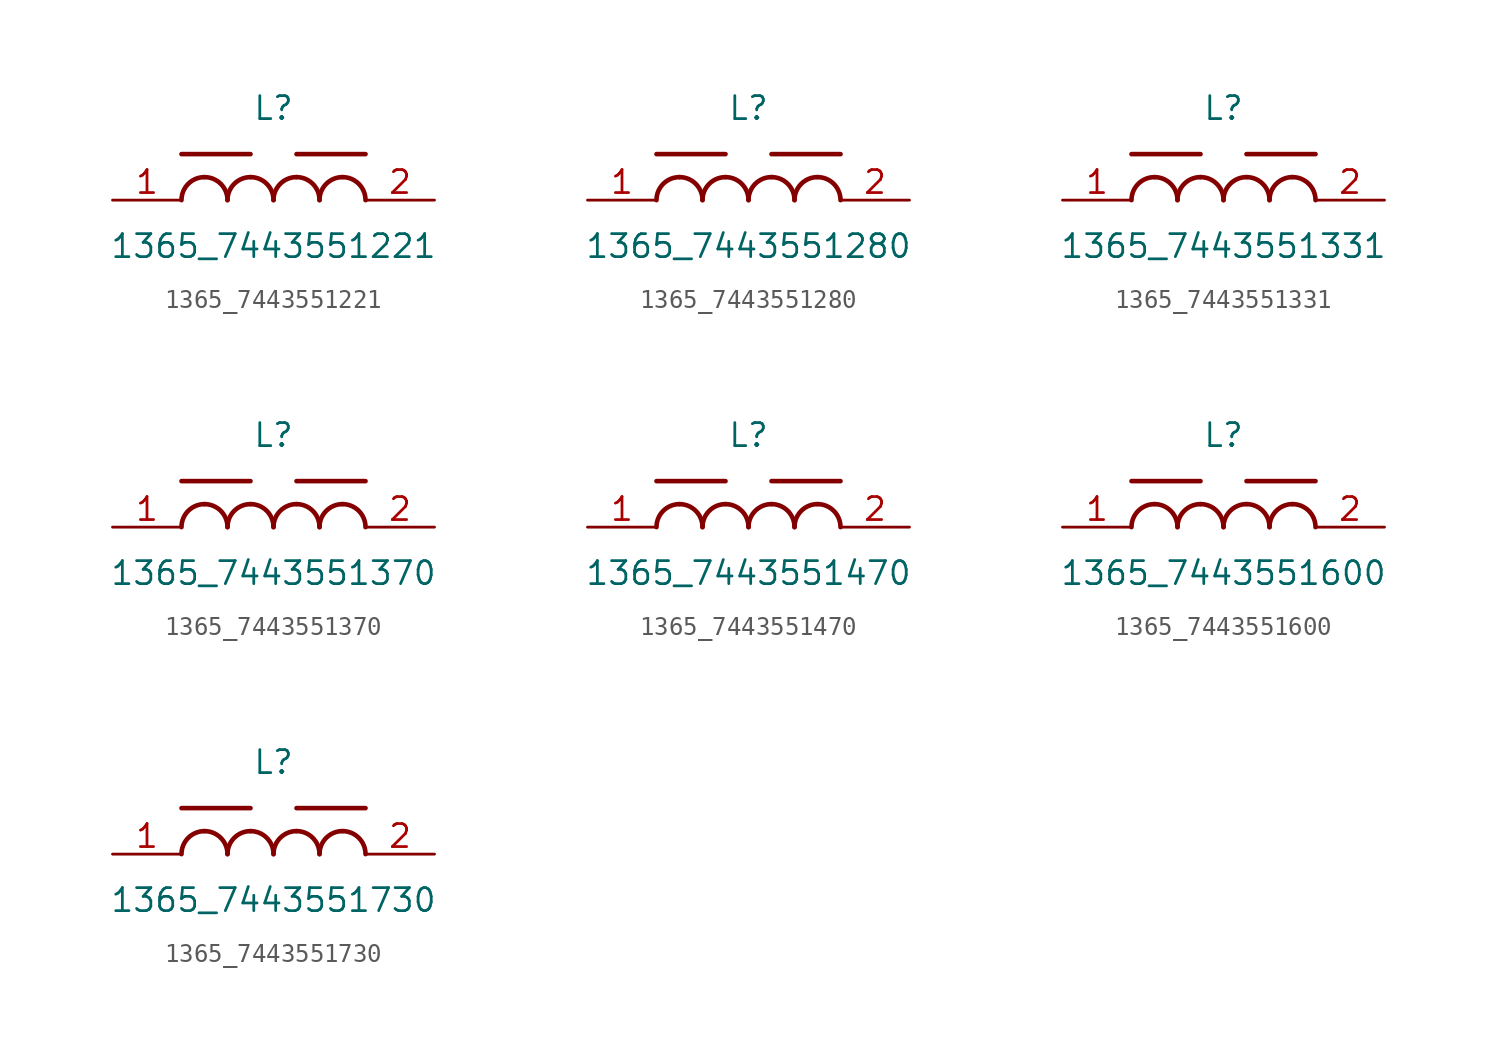
<source format=kicad_sym>
(kicad_symbol_lib
  (version 20211014)
  (generator kicad_symbol_editor)
  (symbol "Inductor_Wurth_WE-HCI:1365_7443551221"
    (pin_names hide)
    (property "Reference" "L"
      (at 0 5.08 0)
      (effects (font (size 1.27 1.27))))
    (property "Value" "1365_7443551221"
      (at 0 -2.54 0)
      (effects (font (size 1.27 1.27))))
    (symbol "1365_7443551221_0_1"
      (arc (start -3.81 1.27) (mid -4.708 0.898) (end -5.08 0) (stroke (width 0.254) (type default) (color 0 0 0 0)) (fill (type none)))
      (arc (start -2.54 0) (mid -2.912 0.898) (end -3.81 1.27) (stroke (width 0.254) (type default) (color 0 0 0 0)) (fill (type none)))
      (arc (start -1.2699 1.2701) (mid -2.1679 0.8981) (end -2.5399 0.0001) (stroke (width 0.254) (type default) (color 0 0 0 0)) (fill (type none)))
      (polyline (pts (xy -5.08 2.54) (xy -1.27 2.54)) (stroke (width 0.254) (type default) (color 0 0 0 0)) (fill (type none)))
      (polyline (pts (xy 5.08 2.54) (xy 1.27 2.54)) (stroke (width 0.254) (type default) (color 0 0 0 0)) (fill (type none)))
      (arc (start 0.0001 0.0001) (mid -0.3719 0.8981) (end -1.2699 1.2701) (stroke (width 0.254) (type default) (color 0 0 0 0)) (fill (type none)))
      (arc (start 1.2701 1.2701) (mid 0.3721 0.8981) (end 0.0001 0.0001) (stroke (width 0.254) (type default) (color 0 0 0 0)) (fill (type none)))
      (arc (start 2.5401 0.0001) (mid 2.1681 0.8981) (end 1.2701 1.2701) (stroke (width 0.254) (type default) (color 0 0 0 0)) (fill (type none)))
      (arc (start 3.8101 1.2701) (mid 2.9121 0.8981) (end 2.5401 0.0001) (stroke (width 0.254) (type default) (color 0 0 0 0)) (fill (type none)))
      (arc (start 5.0801 0.0001) (mid 4.7081 0.8981) (end 3.8101 1.2701) (stroke (width 0.254) (type default) (color 0 0 0 0)) (fill (type none))))
    (symbol "1365_7443551221_1_1"
      (pin passive line (at -8.89 0 0) (length 3.81) (name "1" (effects (font (size 1.27 1.27)))) (number "1" (effects (font (size 1.27 1.27)))))
      (pin passive line (at 8.89 0 180) (length 3.81) (name "2" (effects (font (size 1.27 1.27)))) (number "2" (effects (font (size 1.27 1.27)))))))
  (symbol "Inductor_Wurth_WE-HCI:1365_7443551280"
    (pin_names hide)
    (property "Reference" "L"
      (at 0 5.08 0)
      (effects (font (size 1.27 1.27))))
    (property "Value" "1365_7443551280"
      (at 0 -2.54 0)
      (effects (font (size 1.27 1.27))))
    (symbol "1365_7443551280_0_1"
      (arc (start -3.81 1.27) (mid -4.708 0.898) (end -5.08 0) (stroke (width 0.254) (type default) (color 0 0 0 0)) (fill (type none)))
      (arc (start -2.54 0) (mid -2.912 0.898) (end -3.81 1.27) (stroke (width 0.254) (type default) (color 0 0 0 0)) (fill (type none)))
      (arc (start -1.2699 1.2701) (mid -2.1679 0.8981) (end -2.5399 0.0001) (stroke (width 0.254) (type default) (color 0 0 0 0)) (fill (type none)))
      (polyline (pts (xy -5.08 2.54) (xy -1.27 2.54)) (stroke (width 0.254) (type default) (color 0 0 0 0)) (fill (type none)))
      (polyline (pts (xy 5.08 2.54) (xy 1.27 2.54)) (stroke (width 0.254) (type default) (color 0 0 0 0)) (fill (type none)))
      (arc (start 0.0001 0.0001) (mid -0.3719 0.8981) (end -1.2699 1.2701) (stroke (width 0.254) (type default) (color 0 0 0 0)) (fill (type none)))
      (arc (start 1.2701 1.2701) (mid 0.3721 0.8981) (end 0.0001 0.0001) (stroke (width 0.254) (type default) (color 0 0 0 0)) (fill (type none)))
      (arc (start 2.5401 0.0001) (mid 2.1681 0.8981) (end 1.2701 1.2701) (stroke (width 0.254) (type default) (color 0 0 0 0)) (fill (type none)))
      (arc (start 3.8101 1.2701) (mid 2.9121 0.8981) (end 2.5401 0.0001) (stroke (width 0.254) (type default) (color 0 0 0 0)) (fill (type none)))
      (arc (start 5.0801 0.0001) (mid 4.7081 0.8981) (end 3.8101 1.2701) (stroke (width 0.254) (type default) (color 0 0 0 0)) (fill (type none))))
    (symbol "1365_7443551280_1_1"
      (pin passive line (at -8.89 0 0) (length 3.81) (name "1" (effects (font (size 1.27 1.27)))) (number "1" (effects (font (size 1.27 1.27)))))
      (pin passive line (at 8.89 0 180) (length 3.81) (name "2" (effects (font (size 1.27 1.27)))) (number "2" (effects (font (size 1.27 1.27)))))))
  (symbol "Inductor_Wurth_WE-HCI:1365_7443551331"
    (pin_names hide)
    (property "Reference" "L"
      (at 0 5.08 0)
      (effects (font (size 1.27 1.27))))
    (property "Value" "1365_7443551331"
      (at 0 -2.54 0)
      (effects (font (size 1.27 1.27))))
    (symbol "1365_7443551331_0_1"
      (arc (start -3.81 1.27) (mid -4.708 0.898) (end -5.08 0) (stroke (width 0.254) (type default) (color 0 0 0 0)) (fill (type none)))
      (arc (start -2.54 0) (mid -2.912 0.898) (end -3.81 1.27) (stroke (width 0.254) (type default) (color 0 0 0 0)) (fill (type none)))
      (arc (start -1.2699 1.2701) (mid -2.1679 0.8981) (end -2.5399 0.0001) (stroke (width 0.254) (type default) (color 0 0 0 0)) (fill (type none)))
      (polyline (pts (xy -5.08 2.54) (xy -1.27 2.54)) (stroke (width 0.254) (type default) (color 0 0 0 0)) (fill (type none)))
      (polyline (pts (xy 5.08 2.54) (xy 1.27 2.54)) (stroke (width 0.254) (type default) (color 0 0 0 0)) (fill (type none)))
      (arc (start 0.0001 0.0001) (mid -0.3719 0.8981) (end -1.2699 1.2701) (stroke (width 0.254) (type default) (color 0 0 0 0)) (fill (type none)))
      (arc (start 1.2701 1.2701) (mid 0.3721 0.8981) (end 0.0001 0.0001) (stroke (width 0.254) (type default) (color 0 0 0 0)) (fill (type none)))
      (arc (start 2.5401 0.0001) (mid 2.1681 0.8981) (end 1.2701 1.2701) (stroke (width 0.254) (type default) (color 0 0 0 0)) (fill (type none)))
      (arc (start 3.8101 1.2701) (mid 2.9121 0.8981) (end 2.5401 0.0001) (stroke (width 0.254) (type default) (color 0 0 0 0)) (fill (type none)))
      (arc (start 5.0801 0.0001) (mid 4.7081 0.8981) (end 3.8101 1.2701) (stroke (width 0.254) (type default) (color 0 0 0 0)) (fill (type none))))
    (symbol "1365_7443551331_1_1"
      (pin passive line (at -8.89 0 0) (length 3.81) (name "1" (effects (font (size 1.27 1.27)))) (number "1" (effects (font (size 1.27 1.27)))))
      (pin passive line (at 8.89 0 180) (length 3.81) (name "2" (effects (font (size 1.27 1.27)))) (number "2" (effects (font (size 1.27 1.27)))))))
  (symbol "Inductor_Wurth_WE-HCI:1365_7443551370"
    (pin_names hide)
    (property "Reference" "L"
      (at 0 5.08 0)
      (effects (font (size 1.27 1.27))))
    (property "Value" "1365_7443551370"
      (at 0 -2.54 0)
      (effects (font (size 1.27 1.27))))
    (symbol "1365_7443551370_0_1"
      (arc (start -3.81 1.27) (mid -4.708 0.898) (end -5.08 0) (stroke (width 0.254) (type default) (color 0 0 0 0)) (fill (type none)))
      (arc (start -2.54 0) (mid -2.912 0.898) (end -3.81 1.27) (stroke (width 0.254) (type default) (color 0 0 0 0)) (fill (type none)))
      (arc (start -1.2699 1.2701) (mid -2.1679 0.8981) (end -2.5399 0.0001) (stroke (width 0.254) (type default) (color 0 0 0 0)) (fill (type none)))
      (polyline (pts (xy -5.08 2.54) (xy -1.27 2.54)) (stroke (width 0.254) (type default) (color 0 0 0 0)) (fill (type none)))
      (polyline (pts (xy 5.08 2.54) (xy 1.27 2.54)) (stroke (width 0.254) (type default) (color 0 0 0 0)) (fill (type none)))
      (arc (start 0.0001 0.0001) (mid -0.3719 0.8981) (end -1.2699 1.2701) (stroke (width 0.254) (type default) (color 0 0 0 0)) (fill (type none)))
      (arc (start 1.2701 1.2701) (mid 0.3721 0.8981) (end 0.0001 0.0001) (stroke (width 0.254) (type default) (color 0 0 0 0)) (fill (type none)))
      (arc (start 2.5401 0.0001) (mid 2.1681 0.8981) (end 1.2701 1.2701) (stroke (width 0.254) (type default) (color 0 0 0 0)) (fill (type none)))
      (arc (start 3.8101 1.2701) (mid 2.9121 0.8981) (end 2.5401 0.0001) (stroke (width 0.254) (type default) (color 0 0 0 0)) (fill (type none)))
      (arc (start 5.0801 0.0001) (mid 4.7081 0.8981) (end 3.8101 1.2701) (stroke (width 0.254) (type default) (color 0 0 0 0)) (fill (type none))))
    (symbol "1365_7443551370_1_1"
      (pin passive line (at -8.89 0 0) (length 3.81) (name "1" (effects (font (size 1.27 1.27)))) (number "1" (effects (font (size 1.27 1.27)))))
      (pin passive line (at 8.89 0 180) (length 3.81) (name "2" (effects (font (size 1.27 1.27)))) (number "2" (effects (font (size 1.27 1.27)))))))
  (symbol "Inductor_Wurth_WE-HCI:1365_7443551470"
    (pin_names hide)
    (property "Reference" "L"
      (at 0 5.08 0)
      (effects (font (size 1.27 1.27))))
    (property "Value" "1365_7443551470"
      (at 0 -2.54 0)
      (effects (font (size 1.27 1.27))))
    (symbol "1365_7443551470_0_1"
      (arc (start -3.81 1.27) (mid -4.708 0.898) (end -5.08 0) (stroke (width 0.254) (type default) (color 0 0 0 0)) (fill (type none)))
      (arc (start -2.54 0) (mid -2.912 0.898) (end -3.81 1.27) (stroke (width 0.254) (type default) (color 0 0 0 0)) (fill (type none)))
      (arc (start -1.2699 1.2701) (mid -2.1679 0.8981) (end -2.5399 0.0001) (stroke (width 0.254) (type default) (color 0 0 0 0)) (fill (type none)))
      (polyline (pts (xy -5.08 2.54) (xy -1.27 2.54)) (stroke (width 0.254) (type default) (color 0 0 0 0)) (fill (type none)))
      (polyline (pts (xy 5.08 2.54) (xy 1.27 2.54)) (stroke (width 0.254) (type default) (color 0 0 0 0)) (fill (type none)))
      (arc (start 0.0001 0.0001) (mid -0.3719 0.8981) (end -1.2699 1.2701) (stroke (width 0.254) (type default) (color 0 0 0 0)) (fill (type none)))
      (arc (start 1.2701 1.2701) (mid 0.3721 0.8981) (end 0.0001 0.0001) (stroke (width 0.254) (type default) (color 0 0 0 0)) (fill (type none)))
      (arc (start 2.5401 0.0001) (mid 2.1681 0.8981) (end 1.2701 1.2701) (stroke (width 0.254) (type default) (color 0 0 0 0)) (fill (type none)))
      (arc (start 3.8101 1.2701) (mid 2.9121 0.8981) (end 2.5401 0.0001) (stroke (width 0.254) (type default) (color 0 0 0 0)) (fill (type none)))
      (arc (start 5.0801 0.0001) (mid 4.7081 0.8981) (end 3.8101 1.2701) (stroke (width 0.254) (type default) (color 0 0 0 0)) (fill (type none))))
    (symbol "1365_7443551470_1_1"
      (pin passive line (at -8.89 0 0) (length 3.81) (name "1" (effects (font (size 1.27 1.27)))) (number "1" (effects (font (size 1.27 1.27)))))
      (pin passive line (at 8.89 0 180) (length 3.81) (name "2" (effects (font (size 1.27 1.27)))) (number "2" (effects (font (size 1.27 1.27)))))))
  (symbol "Inductor_Wurth_WE-HCI:1365_7443551600"
    (pin_names hide)
    (property "Reference" "L"
      (at 0 5.08 0)
      (effects (font (size 1.27 1.27))))
    (property "Value" "1365_7443551600"
      (at 0 -2.54 0)
      (effects (font (size 1.27 1.27))))
    (symbol "1365_7443551600_0_1"
      (arc (start -3.81 1.27) (mid -4.708 0.898) (end -5.08 0) (stroke (width 0.254) (type default) (color 0 0 0 0)) (fill (type none)))
      (arc (start -2.54 0) (mid -2.912 0.898) (end -3.81 1.27) (stroke (width 0.254) (type default) (color 0 0 0 0)) (fill (type none)))
      (arc (start -1.2699 1.2701) (mid -2.1679 0.8981) (end -2.5399 0.0001) (stroke (width 0.254) (type default) (color 0 0 0 0)) (fill (type none)))
      (polyline (pts (xy -5.08 2.54) (xy -1.27 2.54)) (stroke (width 0.254) (type default) (color 0 0 0 0)) (fill (type none)))
      (polyline (pts (xy 5.08 2.54) (xy 1.27 2.54)) (stroke (width 0.254) (type default) (color 0 0 0 0)) (fill (type none)))
      (arc (start 0.0001 0.0001) (mid -0.3719 0.8981) (end -1.2699 1.2701) (stroke (width 0.254) (type default) (color 0 0 0 0)) (fill (type none)))
      (arc (start 1.2701 1.2701) (mid 0.3721 0.8981) (end 0.0001 0.0001) (stroke (width 0.254) (type default) (color 0 0 0 0)) (fill (type none)))
      (arc (start 2.5401 0.0001) (mid 2.1681 0.8981) (end 1.2701 1.2701) (stroke (width 0.254) (type default) (color 0 0 0 0)) (fill (type none)))
      (arc (start 3.8101 1.2701) (mid 2.9121 0.8981) (end 2.5401 0.0001) (stroke (width 0.254) (type default) (color 0 0 0 0)) (fill (type none)))
      (arc (start 5.0801 0.0001) (mid 4.7081 0.8981) (end 3.8101 1.2701) (stroke (width 0.254) (type default) (color 0 0 0 0)) (fill (type none))))
    (symbol "1365_7443551600_1_1"
      (pin passive line (at -8.89 0 0) (length 3.81) (name "1" (effects (font (size 1.27 1.27)))) (number "1" (effects (font (size 1.27 1.27)))))
      (pin passive line (at 8.89 0 180) (length 3.81) (name "2" (effects (font (size 1.27 1.27)))) (number "2" (effects (font (size 1.27 1.27)))))))
  (symbol "Inductor_Wurth_WE-HCI:1365_7443551730"
    (pin_names hide)
    (property "Reference" "L"
      (at 0 5.08 0)
      (effects (font (size 1.27 1.27))))
    (property "Value" "1365_7443551730"
      (at 0 -2.54 0)
      (effects (font (size 1.27 1.27))))
    (symbol "1365_7443551730_0_1"
      (arc (start -3.81 1.27) (mid -4.708 0.898) (end -5.08 0) (stroke (width 0.254) (type default) (color 0 0 0 0)) (fill (type none)))
      (arc (start -2.54 0) (mid -2.912 0.898) (end -3.81 1.27) (stroke (width 0.254) (type default) (color 0 0 0 0)) (fill (type none)))
      (arc (start -1.2699 1.2701) (mid -2.1679 0.8981) (end -2.5399 0.0001) (stroke (width 0.254) (type default) (color 0 0 0 0)) (fill (type none)))
      (polyline (pts (xy -5.08 2.54) (xy -1.27 2.54)) (stroke (width 0.254) (type default) (color 0 0 0 0)) (fill (type none)))
      (polyline (pts (xy 5.08 2.54) (xy 1.27 2.54)) (stroke (width 0.254) (type default) (color 0 0 0 0)) (fill (type none)))
      (arc (start 0.0001 0.0001) (mid -0.3719 0.8981) (end -1.2699 1.2701) (stroke (width 0.254) (type default) (color 0 0 0 0)) (fill (type none)))
      (arc (start 1.2701 1.2701) (mid 0.3721 0.8981) (end 0.0001 0.0001) (stroke (width 0.254) (type default) (color 0 0 0 0)) (fill (type none)))
      (arc (start 2.5401 0.0001) (mid 2.1681 0.8981) (end 1.2701 1.2701) (stroke (width 0.254) (type default) (color 0 0 0 0)) (fill (type none)))
      (arc (start 3.8101 1.2701) (mid 2.9121 0.8981) (end 2.5401 0.0001) (stroke (width 0.254) (type default) (color 0 0 0 0)) (fill (type none)))
      (arc (start 5.0801 0.0001) (mid 4.7081 0.8981) (end 3.8101 1.2701) (stroke (width 0.254) (type default) (color 0 0 0 0)) (fill (type none))))
    (symbol "1365_7443551730_1_1"
      (pin passive line (at -8.89 0 0) (length 3.81) (name "1" (effects (font (size 1.27 1.27)))) (number "1" (effects (font (size 1.27 1.27)))))
      (pin passive line (at 8.89 0 180) (length 3.81) (name "2" (effects (font (size 1.27 1.27)))) (number "2" (effects (font (size 1.27 1.27))))))))
</source>
